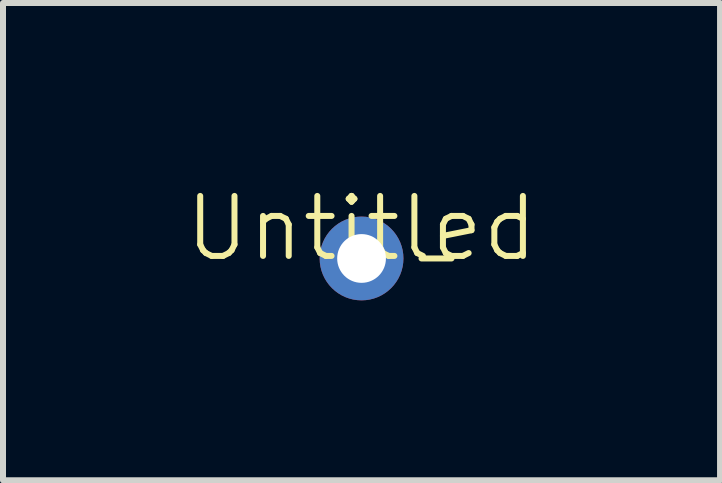
<source format=kicad_pcb>
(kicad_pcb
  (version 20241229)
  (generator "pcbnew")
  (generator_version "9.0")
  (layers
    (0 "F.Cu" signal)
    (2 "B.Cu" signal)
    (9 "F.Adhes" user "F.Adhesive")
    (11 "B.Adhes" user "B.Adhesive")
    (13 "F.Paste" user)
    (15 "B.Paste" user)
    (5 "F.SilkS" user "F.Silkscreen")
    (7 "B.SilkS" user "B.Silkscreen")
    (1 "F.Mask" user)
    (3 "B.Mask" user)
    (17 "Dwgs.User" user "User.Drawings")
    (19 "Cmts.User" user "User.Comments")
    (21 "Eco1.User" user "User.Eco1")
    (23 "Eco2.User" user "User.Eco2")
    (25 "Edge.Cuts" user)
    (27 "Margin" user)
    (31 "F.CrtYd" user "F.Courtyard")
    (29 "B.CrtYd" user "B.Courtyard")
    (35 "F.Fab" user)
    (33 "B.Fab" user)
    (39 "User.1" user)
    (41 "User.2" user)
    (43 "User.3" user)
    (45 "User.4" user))
  (footprint "Untitled"
    (layer "F.Cu")
    (at 2.979 1.26)
    (property "Reference" "Untitled" (at 0 -0.5 0) (unlocked yes) (layer "F.SilkS") (effects (font (size 1 1) (thickness 0.1))))
    (attr smd)
    (fp_line (start 1 0) (end 1.5 0) (stroke (width 0.1) (type default)) (layer "F.SilkS"))
    (pad "1" thru_hole circle (at 0 0) (size 1.397 1.397) (drill 0.813) (layers "*.Cu" "*.Mask")))
  (gr_rect
    (start -3 -3)
    (end 8.957 4.959)
    (stroke (width 0.1) (type default))
    (fill no)
    (layer "Edge.Cuts")))
</source>
